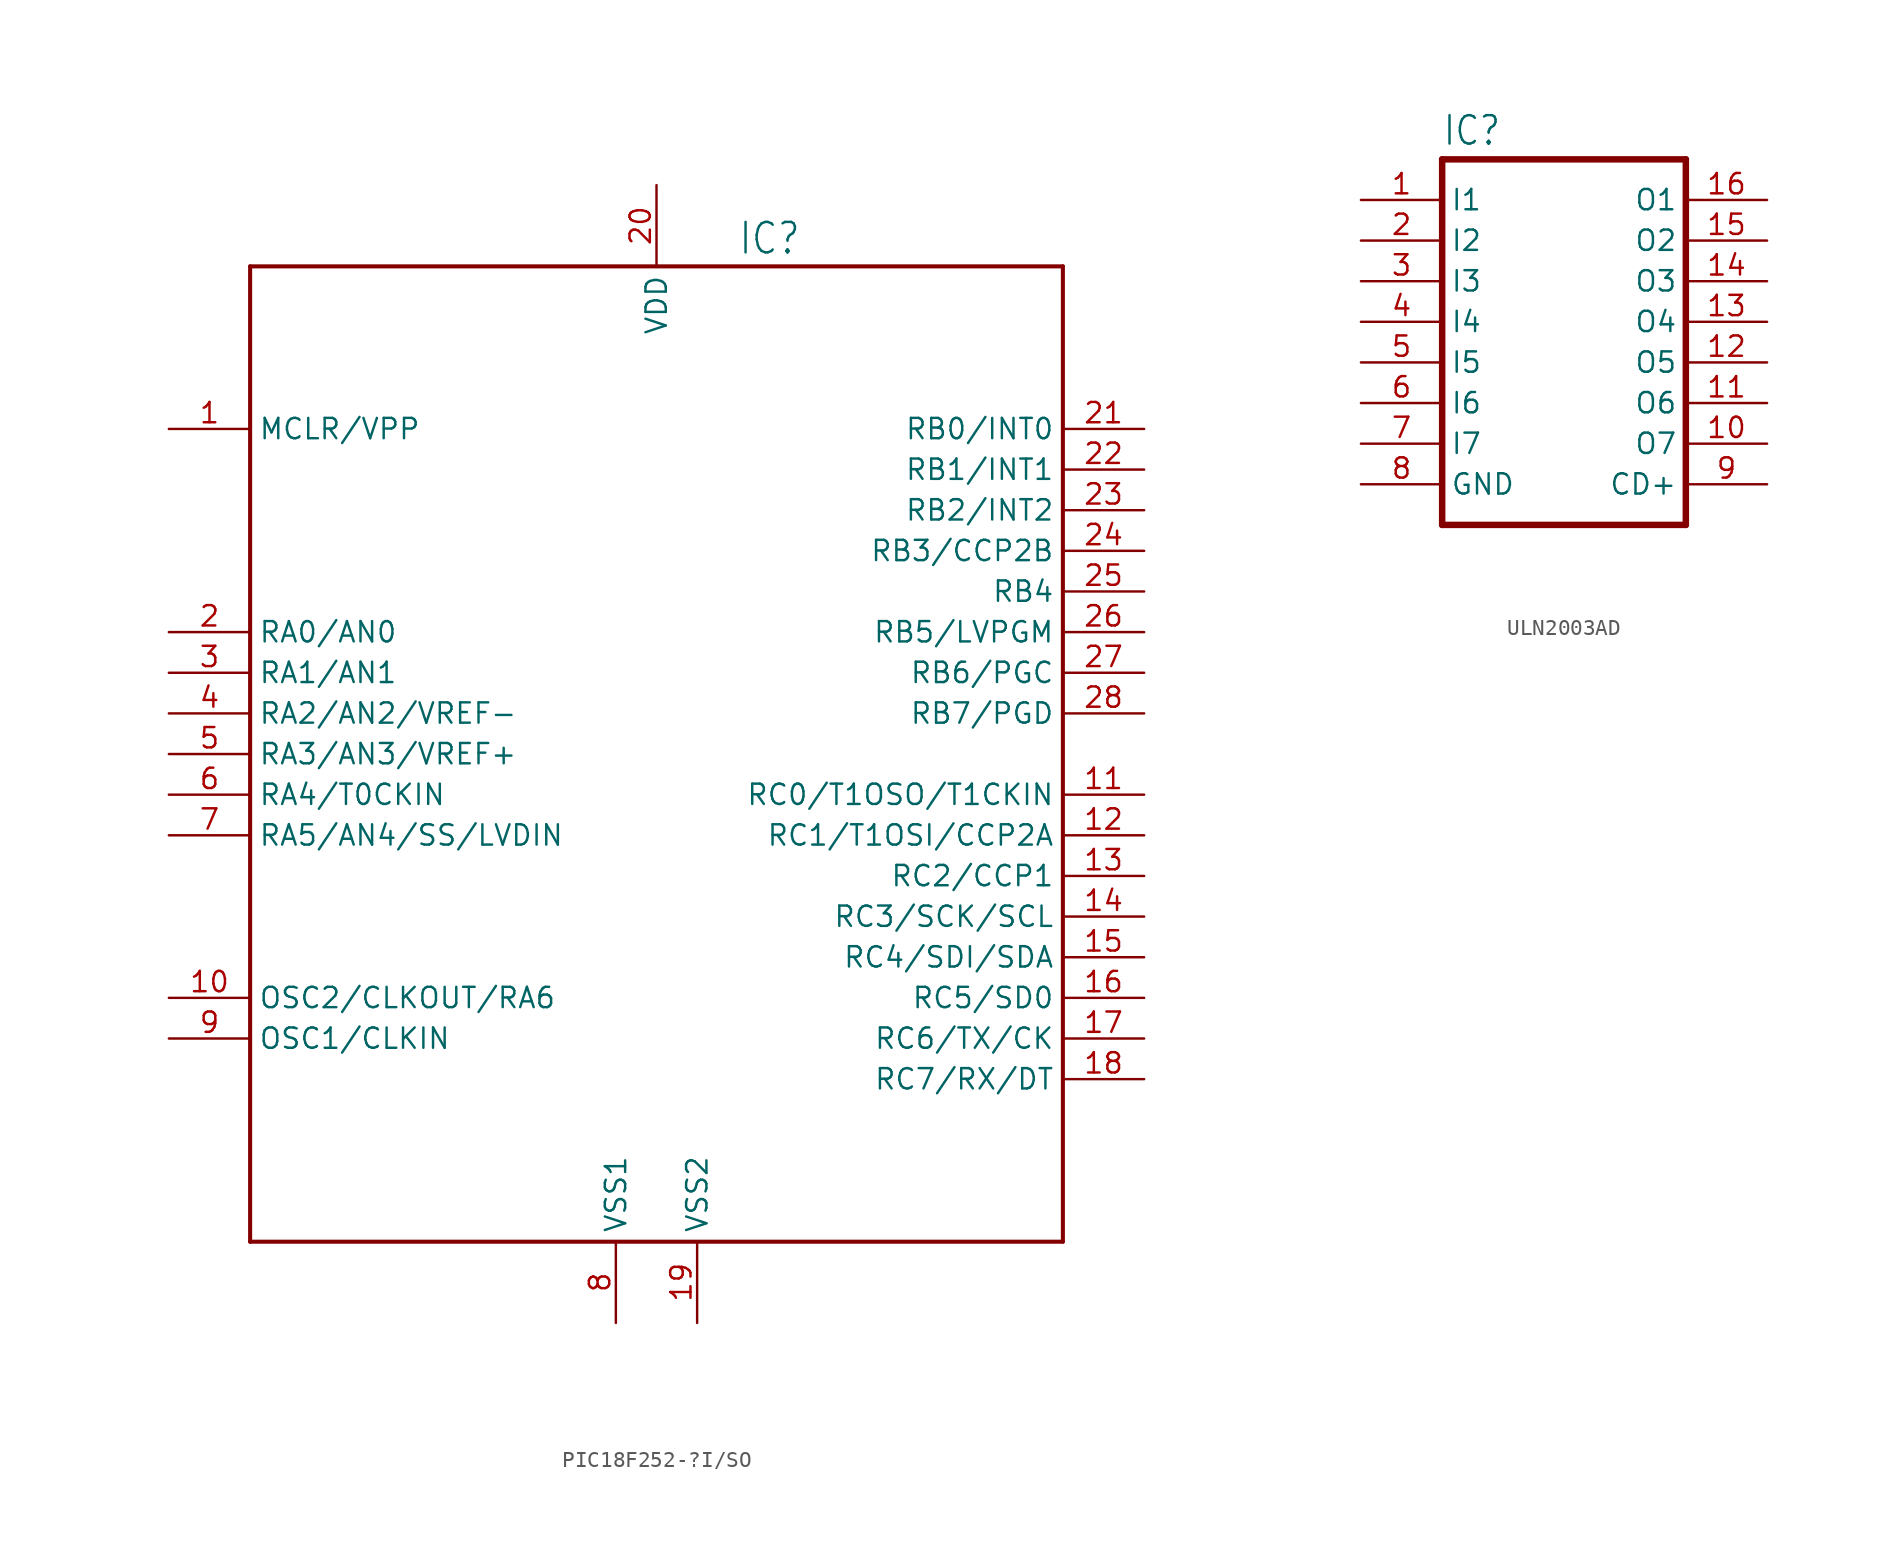
<source format=kicad_sym>
(kicad_symbol_lib
  (version 20220914)
  (generator kicad_symbol_editor)
  (symbol "PIC18F252-?I/SO"
    (property "Reference" "IC"
      (at 5.08 31.115 0)
      (effects (font (size 1.905 1.619)) (justify left bottom)))
    (property "Value" ""
      (at -24.765 27.94 0)
      (effects (font (size 1.905 1.619)) (justify left bottom)))
    (property "ki_locked" ""
      (at 0 0 0)
      (effects (font (size 1.27 1.27))))
    (symbol "PIC18F252-?I/SO_1_0"
      (polyline (pts (xy -25.4 -30.48) (xy -25.4 30.48)) (stroke (width 0.254) (type solid)) (fill (type none)))
      (polyline (pts (xy -25.4 30.48) (xy 25.4 30.48)) (stroke (width 0.254) (type solid)) (fill (type none)))
      (polyline (pts (xy 25.4 -30.48) (xy -25.4 -30.48)) (stroke (width 0.254) (type solid)) (fill (type none)))
      (polyline (pts (xy 25.4 30.48) (xy 25.4 -30.48)) (stroke (width 0.254) (type solid)) (fill (type none)))
      (pin input line (at -30.48 20.32 0) (length 5.08) (name "MCLR/VPP" (effects (font (size 1.27 1.27)))) (number "1" (effects (font (size 1.27 1.27)))))
      (pin output line (at -30.48 -15.24 0) (length 5.08) (name "OSC2/CLKOUT/RA6" (effects (font (size 1.27 1.27)))) (number "10" (effects (font (size 1.27 1.27)))))
      (pin bidirectional line (at 30.48 -2.54 180) (length 5.08) (name "RC0/T1OSO/T1CKIN" (effects (font (size 1.27 1.27)))) (number "11" (effects (font (size 1.27 1.27)))))
      (pin bidirectional line (at 30.48 -5.08 180) (length 5.08) (name "RC1/T1OSI/CCP2A" (effects (font (size 1.27 1.27)))) (number "12" (effects (font (size 1.27 1.27)))))
      (pin bidirectional line (at 30.48 -7.62 180) (length 5.08) (name "RC2/CCP1" (effects (font (size 1.27 1.27)))) (number "13" (effects (font (size 1.27 1.27)))))
      (pin bidirectional line (at 30.48 -10.16 180) (length 5.08) (name "RC3/SCK/SCL" (effects (font (size 1.27 1.27)))) (number "14" (effects (font (size 1.27 1.27)))))
      (pin bidirectional line (at 30.48 -12.7 180) (length 5.08) (name "RC4/SDI/SDA" (effects (font (size 1.27 1.27)))) (number "15" (effects (font (size 1.27 1.27)))))
      (pin bidirectional line (at 30.48 -15.24 180) (length 5.08) (name "RC5/SD0" (effects (font (size 1.27 1.27)))) (number "16" (effects (font (size 1.27 1.27)))))
      (pin bidirectional line (at 30.48 -17.78 180) (length 5.08) (name "RC6/TX/CK" (effects (font (size 1.27 1.27)))) (number "17" (effects (font (size 1.27 1.27)))))
      (pin bidirectional line (at 30.48 -20.32 180) (length 5.08) (name "RC7/RX/DT" (effects (font (size 1.27 1.27)))) (number "18" (effects (font (size 1.27 1.27)))))
      (pin power_in line (at 2.54 -35.56 90) (length 5.08) (name "VSS2" (effects (font (size 1.27 1.27)))) (number "19" (effects (font (size 1.27 1.27)))))
      (pin bidirectional line (at -30.48 7.62 0) (length 5.08) (name "RA0/AN0" (effects (font (size 1.27 1.27)))) (number "2" (effects (font (size 1.27 1.27)))))
      (pin power_in line (at 0 35.56 270) (length 5.08) (name "VDD" (effects (font (size 1.27 1.27)))) (number "20" (effects (font (size 1.27 1.27)))))
      (pin bidirectional line (at 30.48 20.32 180) (length 5.08) (name "RB0/INT0" (effects (font (size 1.27 1.27)))) (number "21" (effects (font (size 1.27 1.27)))))
      (pin bidirectional line (at 30.48 17.78 180) (length 5.08) (name "RB1/INT1" (effects (font (size 1.27 1.27)))) (number "22" (effects (font (size 1.27 1.27)))))
      (pin bidirectional line (at 30.48 15.24 180) (length 5.08) (name "RB2/INT2" (effects (font (size 1.27 1.27)))) (number "23" (effects (font (size 1.27 1.27)))))
      (pin bidirectional line (at 30.48 12.7 180) (length 5.08) (name "RB3/CCP2B" (effects (font (size 1.27 1.27)))) (number "24" (effects (font (size 1.27 1.27)))))
      (pin bidirectional line (at 30.48 10.16 180) (length 5.08) (name "RB4" (effects (font (size 1.27 1.27)))) (number "25" (effects (font (size 1.27 1.27)))))
      (pin bidirectional line (at 30.48 7.62 180) (length 5.08) (name "RB5/LVPGM" (effects (font (size 1.27 1.27)))) (number "26" (effects (font (size 1.27 1.27)))))
      (pin bidirectional line (at 30.48 5.08 180) (length 5.08) (name "RB6/PGC" (effects (font (size 1.27 1.27)))) (number "27" (effects (font (size 1.27 1.27)))))
      (pin bidirectional line (at 30.48 2.54 180) (length 5.08) (name "RB7/PGD" (effects (font (size 1.27 1.27)))) (number "28" (effects (font (size 1.27 1.27)))))
      (pin bidirectional line (at -30.48 5.08 0) (length 5.08) (name "RA1/AN1" (effects (font (size 1.27 1.27)))) (number "3" (effects (font (size 1.27 1.27)))))
      (pin bidirectional line (at -30.48 2.54 0) (length 5.08) (name "RA2/AN2/VREF-" (effects (font (size 1.27 1.27)))) (number "4" (effects (font (size 1.27 1.27)))))
      (pin bidirectional line (at -30.48 0 0) (length 5.08) (name "RA3/AN3/VREF+" (effects (font (size 1.27 1.27)))) (number "5" (effects (font (size 1.27 1.27)))))
      (pin open_collector line (at -30.48 -2.54 0) (length 5.08) (name "RA4/T0CKIN" (effects (font (size 1.27 1.27)))) (number "6" (effects (font (size 1.27 1.27)))))
      (pin bidirectional line (at -30.48 -5.08 0) (length 5.08) (name "RA5/AN4/SS/LVDIN" (effects (font (size 1.27 1.27)))) (number "7" (effects (font (size 1.27 1.27)))))
      (pin power_in line (at -2.54 -35.56 90) (length 5.08) (name "VSS1" (effects (font (size 1.27 1.27)))) (number "8" (effects (font (size 1.27 1.27)))))
      (pin input line (at -30.48 -17.78 0) (length 5.08) (name "OSC1/CLKIN" (effects (font (size 1.27 1.27)))) (number "9" (effects (font (size 1.27 1.27)))))))
  (symbol "ULN2003AD"
    (property "Reference" "IC"
      (at -7.62 10.922 0)
      (effects (font (size 1.778 1.511)) (justify left bottom)))
    (property "Value" ""
      (at -7.62 -15.24 0)
      (effects (font (size 1.778 1.511)) (justify left bottom)))
    (property "ki_locked" ""
      (at 0 0 0)
      (effects (font (size 1.27 1.27))))
    (symbol "ULN2003AD_1_0"
      (polyline (pts (xy -7.62 10.16) (xy -7.62 -12.7)) (stroke (width 0.406) (type solid)) (fill (type none)))
      (polyline (pts (xy -7.62 10.16) (xy 7.62 10.16)) (stroke (width 0.406) (type solid)) (fill (type none)))
      (polyline (pts (xy 7.62 -12.7) (xy -7.62 -12.7)) (stroke (width 0.406) (type solid)) (fill (type none)))
      (polyline (pts (xy 7.62 -12.7) (xy 7.62 10.16)) (stroke (width 0.406) (type solid)) (fill (type none)))
      (pin input line (at -12.7 7.62 0) (length 5.08) (name "I1" (effects (font (size 1.27 1.27)))) (number "1" (effects (font (size 1.27 1.27)))))
      (pin open_collector line (at 12.7 -7.62 180) (length 5.08) (name "O7" (effects (font (size 1.27 1.27)))) (number "10" (effects (font (size 1.27 1.27)))))
      (pin open_collector line (at 12.7 -5.08 180) (length 5.08) (name "O6" (effects (font (size 1.27 1.27)))) (number "11" (effects (font (size 1.27 1.27)))))
      (pin open_collector line (at 12.7 -2.54 180) (length 5.08) (name "O5" (effects (font (size 1.27 1.27)))) (number "12" (effects (font (size 1.27 1.27)))))
      (pin open_collector line (at 12.7 0 180) (length 5.08) (name "O4" (effects (font (size 1.27 1.27)))) (number "13" (effects (font (size 1.27 1.27)))))
      (pin open_collector line (at 12.7 2.54 180) (length 5.08) (name "O3" (effects (font (size 1.27 1.27)))) (number "14" (effects (font (size 1.27 1.27)))))
      (pin open_collector line (at 12.7 5.08 180) (length 5.08) (name "O2" (effects (font (size 1.27 1.27)))) (number "15" (effects (font (size 1.27 1.27)))))
      (pin open_collector line (at 12.7 7.62 180) (length 5.08) (name "O1" (effects (font (size 1.27 1.27)))) (number "16" (effects (font (size 1.27 1.27)))))
      (pin input line (at -12.7 5.08 0) (length 5.08) (name "I2" (effects (font (size 1.27 1.27)))) (number "2" (effects (font (size 1.27 1.27)))))
      (pin input line (at -12.7 2.54 0) (length 5.08) (name "I3" (effects (font (size 1.27 1.27)))) (number "3" (effects (font (size 1.27 1.27)))))
      (pin input line (at -12.7 0 0) (length 5.08) (name "I4" (effects (font (size 1.27 1.27)))) (number "4" (effects (font (size 1.27 1.27)))))
      (pin input line (at -12.7 -2.54 0) (length 5.08) (name "I5" (effects (font (size 1.27 1.27)))) (number "5" (effects (font (size 1.27 1.27)))))
      (pin input line (at -12.7 -5.08 0) (length 5.08) (name "I6" (effects (font (size 1.27 1.27)))) (number "6" (effects (font (size 1.27 1.27)))))
      (pin input line (at -12.7 -7.62 0) (length 5.08) (name "I7" (effects (font (size 1.27 1.27)))) (number "7" (effects (font (size 1.27 1.27)))))
      (pin power_in line (at -12.7 -10.16 0) (length 5.08) (name "GND" (effects (font (size 1.27 1.27)))) (number "8" (effects (font (size 1.27 1.27)))))
      (pin passive line (at 12.7 -10.16 180) (length 5.08) (name "CD+" (effects (font (size 1.27 1.27)))) (number "9" (effects (font (size 1.27 1.27))))))))
</source>
